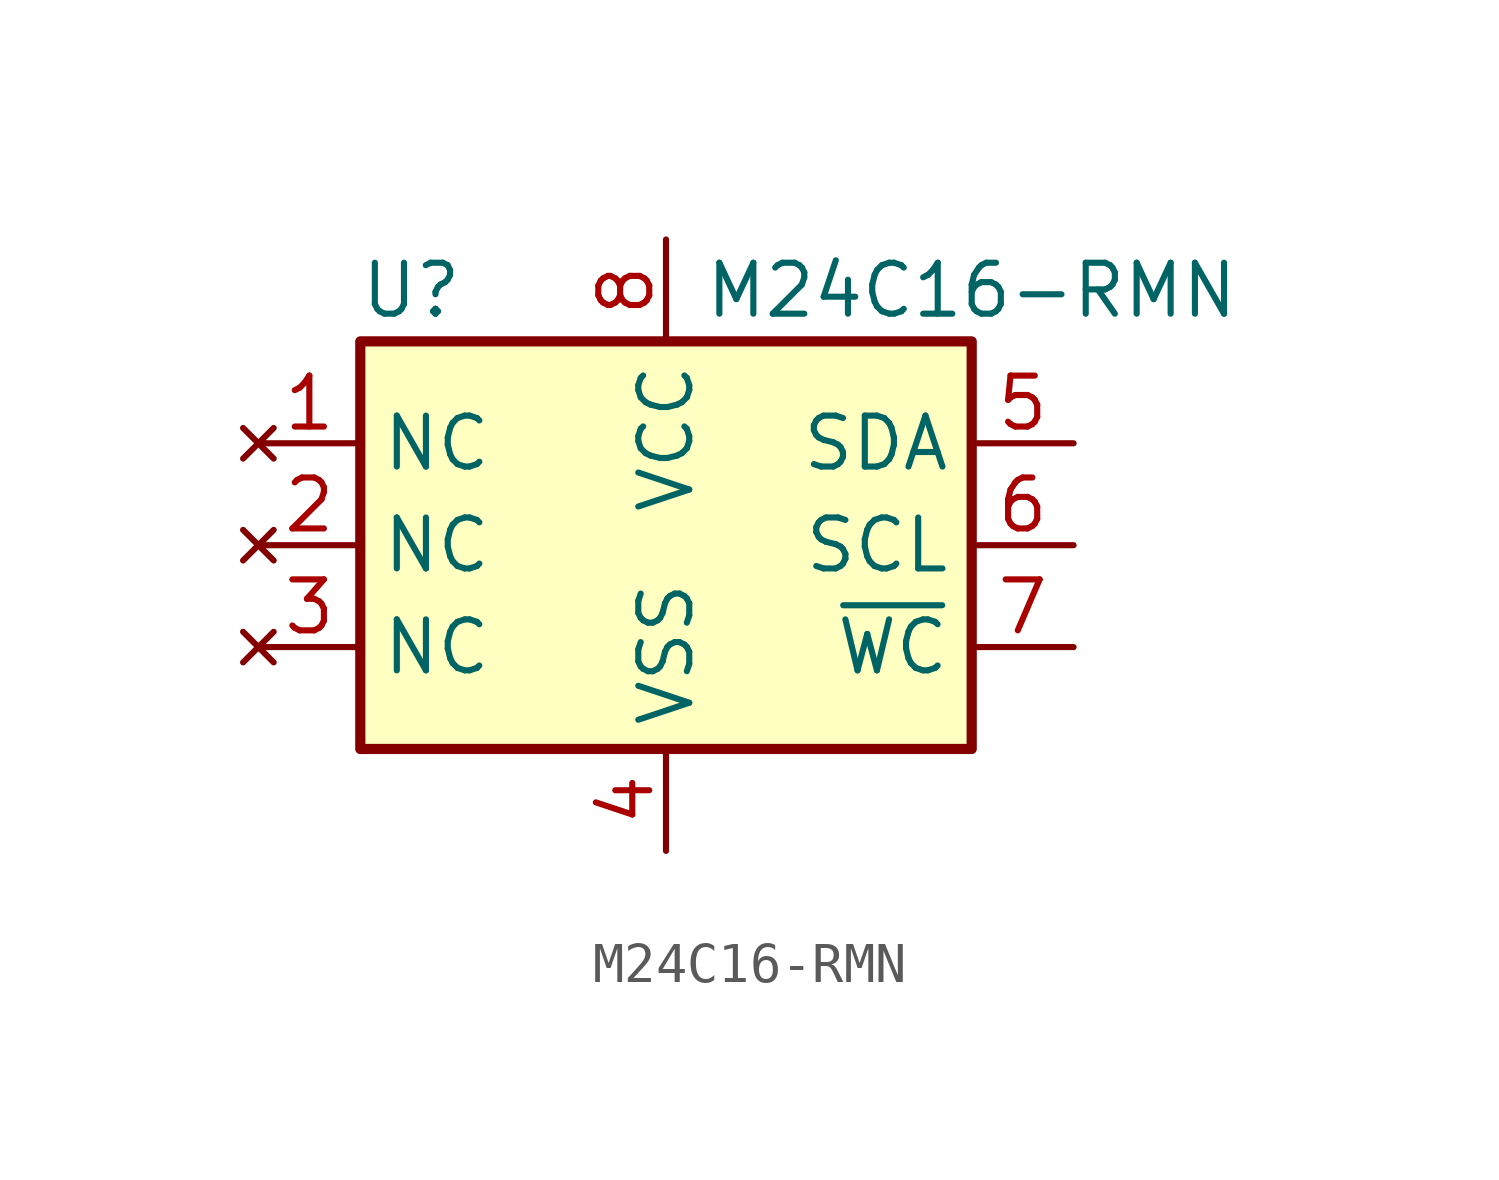
<source format=kicad_sym>
(kicad_symbol_lib
  (version 20231120)
  (generator "kicad_symbol_editor")
  (generator_version "8.0")
  (symbol "M24C16-RMN"
    (property "Reference" "U"
      (at -6.35 6.35 0)
      (effects (font (size 1.27 1.27))))
    (property "Value" "M24C16-RMN"
      (at 7.62 6.35 0)
      (effects (font (size 1.27 1.27))))
    (symbol "M24C16-RMN_0_1"
      (rectangle (start -7.62 5.08) (end 7.62 -5.08) (stroke (width 0.254) (type default)) (fill (type background))))
    (symbol "M24C16-RMN_1_1"
      (pin no_connect line (at -10.16 2.54 0) (length 2.54) (name "NC" (effects (font (size 1.27 1.27)))) (number "1" (effects (font (size 1.27 1.27)))))
      (pin no_connect line (at -10.16 0 0) (length 2.54) (name "NC" (effects (font (size 1.27 1.27)))) (number "2" (effects (font (size 1.27 1.27)))))
      (pin no_connect line (at -10.16 -2.54 0) (length 2.54) (name "NC" (effects (font (size 1.27 1.27)))) (number "3" (effects (font (size 1.27 1.27)))))
      (pin power_in line (at 0 -7.62 90) (length 2.54) (name "VSS" (effects (font (size 1.27 1.27)))) (number "4" (effects (font (size 1.27 1.27)))))
      (pin bidirectional line (at 10.16 2.54 180) (length 2.54) (name "SDA" (effects (font (size 1.27 1.27)))) (number "5" (effects (font (size 1.27 1.27)))))
      (pin input line (at 10.16 0 180) (length 2.54) (name "SCL" (effects (font (size 1.27 1.27)))) (number "6" (effects (font (size 1.27 1.27)))))
      (pin input line (at 10.16 -2.54 180) (length 2.54) (name "~{WC}" (effects (font (size 1.27 1.27)))) (number "7" (effects (font (size 1.27 1.27)))))
      (pin power_in line (at 0 7.62 270) (length 2.54) (name "VCC" (effects (font (size 1.27 1.27)))) (number "8" (effects (font (size 1.27 1.27))))))))
</source>
